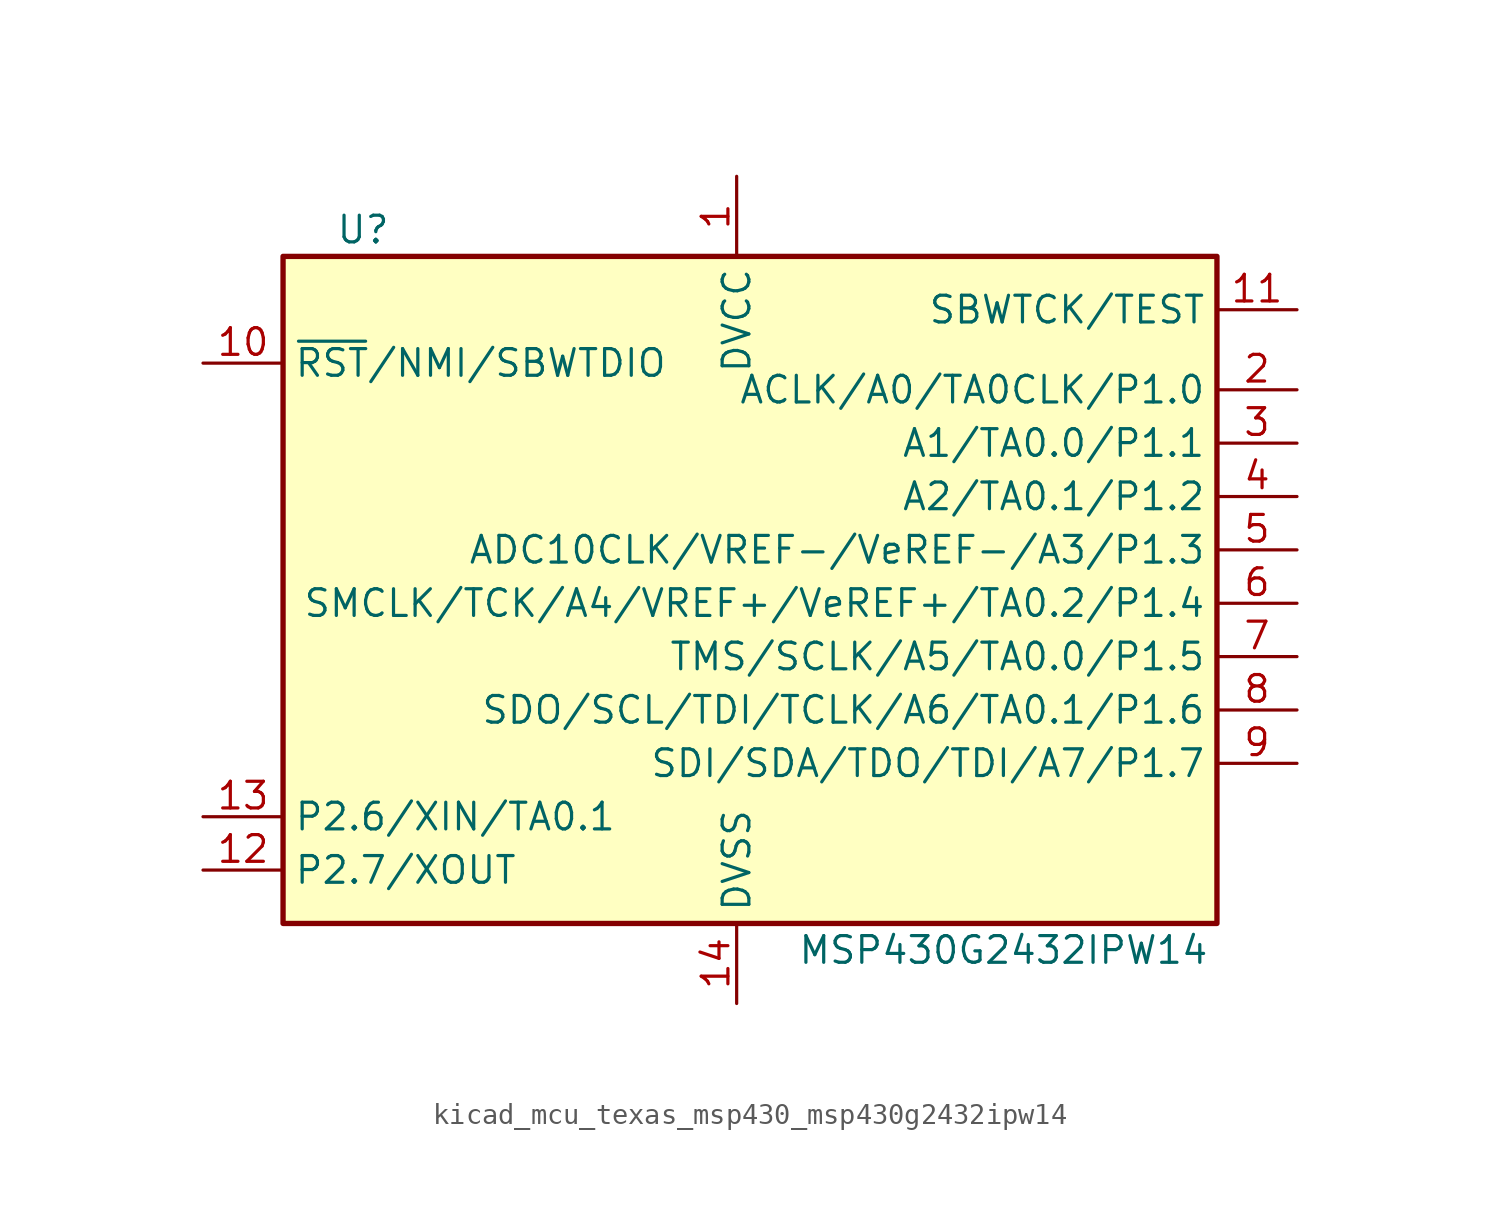
<source format=kicad_sym>
(kicad_symbol_lib
  (version 20220914)
  (generator kicad_symbol_editor)
  (symbol "kicad_mcu_texas_msp430_msp430g2432ipw14"
    (property "Reference" "U"
      (at -17.78 17.78 0)
      (effects (font (size 1.27 1.27))))
    (property "Value" "MSP430G2432IPW14"
      (at 12.7 -16.51 0)
      (effects (font (size 1.27 1.27))))
    (symbol "kicad_mcu_texas_msp430_msp430g2432ipw14_0_1"
      (rectangle (start -21.59 16.51) (end 22.86 -15.24) (stroke (width 0.254) (type default)) (fill (type background))))
    (symbol "kicad_mcu_texas_msp430_msp430g2432ipw14_1_1"
      (pin power_in line (at 0 20.32 270) (length 3.81) (name "DVCC" (effects (font (size 1.27 1.27)))) (number "1" (effects (font (size 1.27 1.27)))))
      (pin input line (at -25.4 11.43 0) (length 3.81) (name "~{RST}/NMI/SBWTDIO" (effects (font (size 1.27 1.27)))) (number "10" (effects (font (size 1.27 1.27)))))
      (pin input line (at 26.67 13.97 180) (length 3.81) (name "SBWTCK/TEST" (effects (font (size 1.27 1.27)))) (number "11" (effects (font (size 1.27 1.27)))))
      (pin bidirectional line (at -25.4 -12.7 0) (length 3.81) (name "P2.7/XOUT" (effects (font (size 1.27 1.27)))) (number "12" (effects (font (size 1.27 1.27)))))
      (pin bidirectional line (at -25.4 -10.16 0) (length 3.81) (name "P2.6/XIN/TA0.1" (effects (font (size 1.27 1.27)))) (number "13" (effects (font (size 1.27 1.27)))))
      (pin power_in line (at 0 -19.05 90) (length 3.81) (name "DVSS" (effects (font (size 1.27 1.27)))) (number "14" (effects (font (size 1.27 1.27)))))
      (pin bidirectional line (at 26.67 10.16 180) (length 3.81) (name "ACLK/A0/TA0CLK/P1.0" (effects (font (size 1.27 1.27)))) (number "2" (effects (font (size 1.27 1.27)))))
      (pin bidirectional line (at 26.67 7.62 180) (length 3.81) (name "A1/TA0.0/P1.1" (effects (font (size 1.27 1.27)))) (number "3" (effects (font (size 1.27 1.27)))))
      (pin bidirectional line (at 26.67 5.08 180) (length 3.81) (name "A2/TA0.1/P1.2" (effects (font (size 1.27 1.27)))) (number "4" (effects (font (size 1.27 1.27)))))
      (pin bidirectional line (at 26.67 2.54 180) (length 3.81) (name "ADC10CLK/VREF-/VeREF-/A3/P1.3" (effects (font (size 1.27 1.27)))) (number "5" (effects (font (size 1.27 1.27)))))
      (pin bidirectional line (at 26.67 0 180) (length 3.81) (name "SMCLK/TCK/A4/VREF+/VeREF+/TA0.2/P1.4" (effects (font (size 1.27 1.27)))) (number "6" (effects (font (size 1.27 1.27)))))
      (pin bidirectional line (at 26.67 -2.54 180) (length 3.81) (name "TMS/SCLK/A5/TA0.0/P1.5" (effects (font (size 1.27 1.27)))) (number "7" (effects (font (size 1.27 1.27)))))
      (pin bidirectional line (at 26.67 -5.08 180) (length 3.81) (name "SDO/SCL/TDI/TCLK/A6/TA0.1/P1.6" (effects (font (size 1.27 1.27)))) (number "8" (effects (font (size 1.27 1.27)))))
      (pin bidirectional line (at 26.67 -7.62 180) (length 3.81) (name "SDI/SDA/TDO/TDI/A7/P1.7" (effects (font (size 1.27 1.27)))) (number "9" (effects (font (size 1.27 1.27))))))))
</source>
